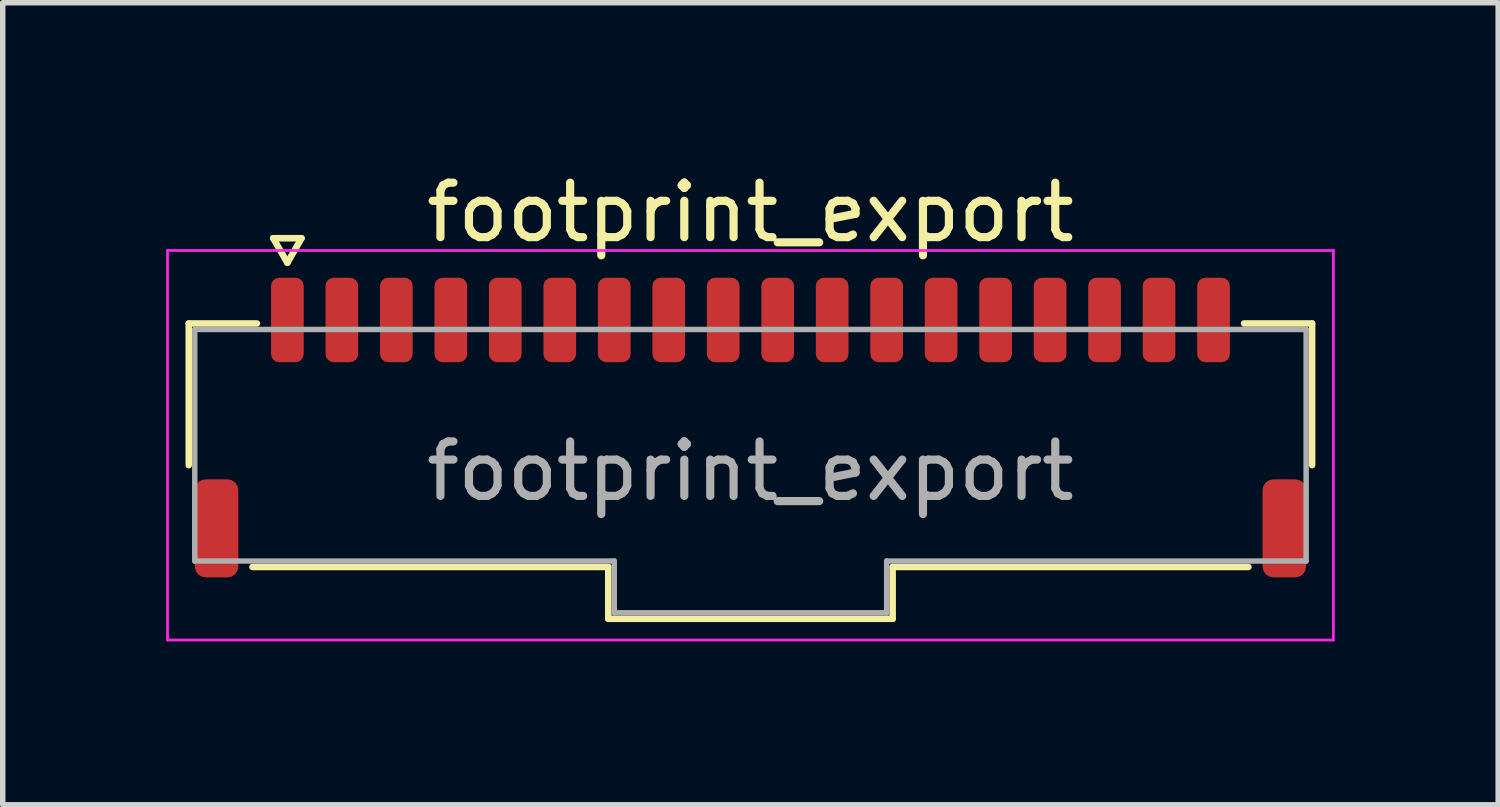
<source format=kicad_pcb>
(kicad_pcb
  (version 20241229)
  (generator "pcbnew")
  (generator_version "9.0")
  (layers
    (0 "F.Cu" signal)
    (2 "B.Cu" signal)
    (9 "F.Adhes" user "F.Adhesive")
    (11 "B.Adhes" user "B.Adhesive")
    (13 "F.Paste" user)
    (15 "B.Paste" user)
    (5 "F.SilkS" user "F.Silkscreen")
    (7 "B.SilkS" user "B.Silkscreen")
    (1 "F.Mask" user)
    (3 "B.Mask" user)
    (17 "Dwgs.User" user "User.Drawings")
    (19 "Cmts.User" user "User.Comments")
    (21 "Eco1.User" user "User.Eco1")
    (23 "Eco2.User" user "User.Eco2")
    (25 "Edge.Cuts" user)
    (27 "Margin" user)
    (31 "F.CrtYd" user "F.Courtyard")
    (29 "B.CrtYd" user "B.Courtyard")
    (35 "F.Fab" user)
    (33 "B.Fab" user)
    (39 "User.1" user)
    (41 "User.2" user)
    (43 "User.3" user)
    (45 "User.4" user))
  (footprint "footprint_export"
    (layer "F.Cu")
    (at 10.725 5.598)
    (property "Reference" "footprint_export" (at 0 -4.75 0) (layer "F.SilkS") (effects (font (size 1 1) (thickness 0.15))))
    (attr smd)
    (fp_line (start -10.31 -2.71) (end -9.06 -2.71) (stroke (width 0.12) (type solid)) (layer "F.SilkS"))
    (fp_line (start -10.31 -0.11) (end -10.31 -2.71) (stroke (width 0.12) (type solid)) (layer "F.SilkS"))
    (fp_line (start -8.76 -4.275) (end -8.5 -3.825) (stroke (width 0.12) (type solid)) (layer "F.SilkS"))
    (fp_line (start -8.5 -3.825) (end -8.24 -4.275) (stroke (width 0.12) (type solid)) (layer "F.SilkS"))
    (fp_line (start -8.24 -4.275) (end -8.76 -4.275) (stroke (width 0.12) (type solid)) (layer "F.SilkS"))
    (fp_line (start -2.61 1.76) (end -9.14 1.76) (stroke (width 0.12) (type solid)) (layer "F.SilkS"))
    (fp_line (start -2.61 2.71) (end -2.61 1.76) (stroke (width 0.12) (type solid)) (layer "F.SilkS"))
    (fp_line (start 2.61 1.76) (end 2.61 2.71) (stroke (width 0.12) (type solid)) (layer "F.SilkS"))
    (fp_line (start 2.61 2.71) (end -2.61 2.71) (stroke (width 0.12) (type solid)) (layer "F.SilkS"))
    (fp_line (start 9.06 -2.71) (end 10.31 -2.71) (stroke (width 0.12) (type solid)) (layer "F.SilkS"))
    (fp_line (start 9.14 1.76) (end 2.61 1.76) (stroke (width 0.12) (type solid)) (layer "F.SilkS"))
    (fp_line (start 10.31 -2.71) (end 10.31 -0.11) (stroke (width 0.12) (type solid)) (layer "F.SilkS"))
    (fp_line (start -10.7 -4.05) (end -10.7 3.1) (stroke (width 0.05) (type solid)) (layer "F.CrtYd"))
    (fp_line (start -10.7 3.1) (end 10.7 3.1) (stroke (width 0.05) (type solid)) (layer "F.CrtYd"))
    (fp_line (start 10.7 -4.05) (end -10.7 -4.05) (stroke (width 0.05) (type solid)) (layer "F.CrtYd"))
    (fp_line (start 10.7 3.1) (end 10.7 -4.05) (stroke (width 0.05) (type solid)) (layer "F.CrtYd"))
    (fp_line (start -10.2 -2.6) (end 10.2 -2.6) (stroke (width 0.1) (type solid)) (layer "F.Fab"))
    (fp_line (start -10.2 1.65) (end -10.2 -2.6) (stroke (width 0.1) (type solid)) (layer "F.Fab"))
    (fp_line (start -2.5 1.65) (end -10.2 1.65) (stroke (width 0.1) (type solid)) (layer "F.Fab"))
    (fp_line (start -2.5 2.6) (end -2.5 1.65) (stroke (width 0.1) (type solid)) (layer "F.Fab"))
    (fp_line (start 2.5 1.65) (end 2.5 2.6) (stroke (width 0.1) (type solid)) (layer "F.Fab"))
    (fp_line (start 2.5 2.6) (end -2.5 2.6) (stroke (width 0.1) (type solid)) (layer "F.Fab"))
    (fp_line (start 10.2 -2.6) (end 10.2 1.65) (stroke (width 0.1) (type solid)) (layer "F.Fab"))
    (fp_line (start 10.2 1.65) (end 2.5 1.65) (stroke (width 0.1) (type solid)) (layer "F.Fab"))
    (fp_text user "${REFERENCE}" (at 0 0 0) (layer "F.Fab") (effects (font (size 1 1) (thickness 0.15))))
    (pad "1" smd roundrect (at -8.5 -2.775) (size 0.6 1.55) (layers "F.Cu" "F.Mask" "F.Paste") (roundrect_rratio 0.25))
    (pad "2" smd roundrect (at -7.5 -2.775) (size 0.6 1.55) (layers "F.Cu" "F.Mask" "F.Paste") (roundrect_rratio 0.25))
    (pad "3" smd roundrect (at -6.5 -2.775) (size 0.6 1.55) (layers "F.Cu" "F.Mask" "F.Paste") (roundrect_rratio 0.25))
    (pad "4" smd roundrect (at -5.5 -2.775) (size 0.6 1.55) (layers "F.Cu" "F.Mask" "F.Paste") (roundrect_rratio 0.25))
    (pad "5" smd roundrect (at -4.5 -2.775) (size 0.6 1.55) (layers "F.Cu" "F.Mask" "F.Paste") (roundrect_rratio 0.25))
    (pad "6" smd roundrect (at -3.5 -2.775) (size 0.6 1.55) (layers "F.Cu" "F.Mask" "F.Paste") (roundrect_rratio 0.25))
    (pad "7" smd roundrect (at -2.5 -2.775) (size 0.6 1.55) (layers "F.Cu" "F.Mask" "F.Paste") (roundrect_rratio 0.25))
    (pad "8" smd roundrect (at -1.5 -2.775) (size 0.6 1.55) (layers "F.Cu" "F.Mask" "F.Paste") (roundrect_rratio 0.25))
    (pad "9" smd roundrect (at -0.5 -2.775) (size 0.6 1.55) (layers "F.Cu" "F.Mask" "F.Paste") (roundrect_rratio 0.25))
    (pad "10" smd roundrect (at 0.5 -2.775) (size 0.6 1.55) (layers "F.Cu" "F.Mask" "F.Paste") (roundrect_rratio 0.25))
    (pad "11" smd roundrect (at 1.5 -2.775) (size 0.6 1.55) (layers "F.Cu" "F.Mask" "F.Paste") (roundrect_rratio 0.25))
    (pad "12" smd roundrect (at 2.5 -2.775) (size 0.6 1.55) (layers "F.Cu" "F.Mask" "F.Paste") (roundrect_rratio 0.25))
    (pad "13" smd roundrect (at 3.5 -2.775) (size 0.6 1.55) (layers "F.Cu" "F.Mask" "F.Paste") (roundrect_rratio 0.25))
    (pad "14" smd roundrect (at 4.5 -2.775) (size 0.6 1.55) (layers "F.Cu" "F.Mask" "F.Paste") (roundrect_rratio 0.25))
    (pad "15" smd roundrect (at 5.5 -2.775) (size 0.6 1.55) (layers "F.Cu" "F.Mask" "F.Paste") (roundrect_rratio 0.25))
    (pad "16" smd roundrect (at 6.5 -2.775) (size 0.6 1.55) (layers "F.Cu" "F.Mask" "F.Paste") (roundrect_rratio 0.25))
    (pad "17" smd roundrect (at 7.5 -2.775) (size 0.6 1.55) (layers "F.Cu" "F.Mask" "F.Paste") (roundrect_rratio 0.25))
    (pad "18" smd roundrect (at 8.5 -2.775) (size 0.6 1.55) (layers "F.Cu" "F.Mask" "F.Paste") (roundrect_rratio 0.25))
    (pad "MP" smd roundrect (at -9.8 1.05) (size 0.8 1.8) (layers "F.Cu" "F.Mask" "F.Paste") (roundrect_rratio 0.25))
    (pad "MP" smd roundrect (at 9.8 1.05) (size 0.8 1.8) (layers "F.Cu" "F.Mask" "F.Paste") (roundrect_rratio 0.25)))
  (gr_rect
    (start -3 -3)
    (end 24.45 11.723)
    (stroke (width 0.1) (type default))
    (fill no)
    (layer "Edge.Cuts")))
</source>
